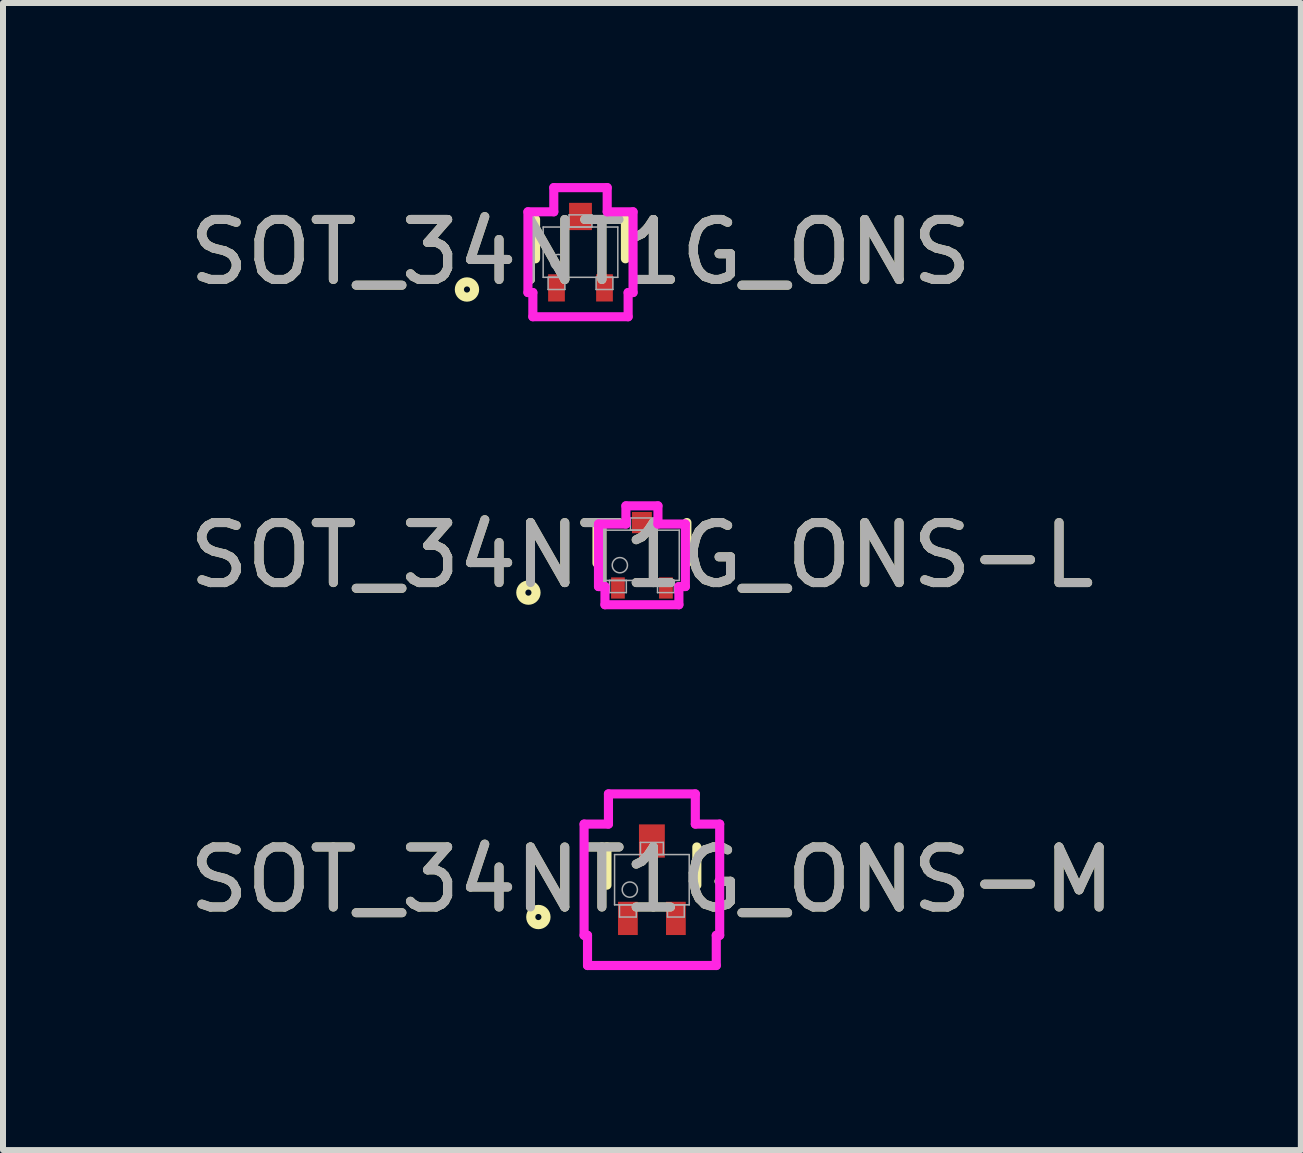
<source format=kicad_pcb>
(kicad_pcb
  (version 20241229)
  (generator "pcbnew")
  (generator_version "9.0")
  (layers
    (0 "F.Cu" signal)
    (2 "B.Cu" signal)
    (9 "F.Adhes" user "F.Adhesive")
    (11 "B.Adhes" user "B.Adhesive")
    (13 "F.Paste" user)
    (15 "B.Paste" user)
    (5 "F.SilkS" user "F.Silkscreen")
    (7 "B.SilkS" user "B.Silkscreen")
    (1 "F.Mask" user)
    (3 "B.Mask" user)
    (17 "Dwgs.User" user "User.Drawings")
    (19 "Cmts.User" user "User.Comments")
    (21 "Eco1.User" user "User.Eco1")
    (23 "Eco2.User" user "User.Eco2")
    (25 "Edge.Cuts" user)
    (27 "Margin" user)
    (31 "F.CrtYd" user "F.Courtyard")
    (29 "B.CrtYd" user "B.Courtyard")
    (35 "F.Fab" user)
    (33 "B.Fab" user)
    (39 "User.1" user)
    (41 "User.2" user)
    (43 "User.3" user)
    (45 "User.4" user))
  (footprint "SOT_34NT1G_ONS"
    (layer "F.Cu")
    (at 6.625 1.153)
    (property "Reference" "SOT_34NT1G_ONS" (at 0 0 0) (unlocked yes) (layer "F.SilkS") (effects (font (size 1 1) (thickness 0.15))))
    (attr smd)
    (fp_line (start -0.749 -0.546) (end -0.749 0.11) (stroke (width 0.152) (type solid)) (layer "F.SilkS"))
    (fp_line (start 0.749 0.11) (end 0.749 -0.546) (stroke (width 0.152) (type solid)) (layer "F.SilkS"))
    (fp_circle (center -1.892 0.622) (end -1.765 0.622) (stroke (width 0.152) (type solid)) (fill no) (layer "F.SilkS"))
    (fp_line (start -0.876 -0.673) (end -0.445 -0.673) (stroke (width 0.152) (type solid)) (layer "F.CrtYd"))
    (fp_line (start -0.876 0.673) (end -0.876 -0.673) (stroke (width 0.152) (type solid)) (layer "F.CrtYd"))
    (fp_line (start -0.876 0.673) (end -0.794 0.673) (stroke (width 0.152) (type solid)) (layer "F.CrtYd"))
    (fp_line (start -0.794 0.673) (end -0.794 1.076) (stroke (width 0.152) (type solid)) (layer "F.CrtYd"))
    (fp_line (start -0.794 1.076) (end 0.794 1.076) (stroke (width 0.152) (type solid)) (layer "F.CrtYd"))
    (fp_line (start -0.445 -1.076) (end 0.445 -1.076) (stroke (width 0.152) (type solid)) (layer "F.CrtYd"))
    (fp_line (start -0.445 -0.673) (end -0.445 -1.076) (stroke (width 0.152) (type solid)) (layer "F.CrtYd"))
    (fp_line (start 0.445 -0.673) (end 0.445 -1.076) (stroke (width 0.152) (type solid)) (layer "F.CrtYd"))
    (fp_line (start 0.794 0.673) (end 0.794 1.076) (stroke (width 0.152) (type solid)) (layer "F.CrtYd"))
    (fp_line (start 0.876 -0.673) (end 0.445 -0.673) (stroke (width 0.152) (type solid)) (layer "F.CrtYd"))
    (fp_line (start 0.876 -0.673) (end 0.876 0.673) (stroke (width 0.152) (type solid)) (layer "F.CrtYd"))
    (fp_line (start 0.876 0.673) (end 0.794 0.673) (stroke (width 0.152) (type solid)) (layer "F.CrtYd"))
    (fp_line (start -0.622 -0.419) (end -0.622 0.419) (stroke (width 0.025) (type solid)) (layer "F.Fab"))
    (fp_line (start -0.622 0.419) (end 0.622 0.419) (stroke (width 0.025) (type solid)) (layer "F.Fab"))
    (fp_line (start -0.54 0.419) (end -0.54 0.622) (stroke (width 0.025) (type solid)) (layer "F.Fab"))
    (fp_line (start -0.54 0.622) (end -0.26 0.622) (stroke (width 0.025) (type solid)) (layer "F.Fab"))
    (fp_line (start -0.26 0.419) (end -0.54 0.419) (stroke (width 0.025) (type solid)) (layer "F.Fab"))
    (fp_line (start -0.26 0.622) (end -0.26 0.419) (stroke (width 0.025) (type solid)) (layer "F.Fab"))
    (fp_line (start -0.191 -0.622) (end -0.191 -0.419) (stroke (width 0.025) (type solid)) (layer "F.Fab"))
    (fp_line (start -0.191 -0.419) (end 0.191 -0.419) (stroke (width 0.025) (type solid)) (layer "F.Fab"))
    (fp_line (start 0.191 -0.622) (end -0.191 -0.622) (stroke (width 0.025) (type solid)) (layer "F.Fab"))
    (fp_line (start 0.191 -0.419) (end 0.191 -0.622) (stroke (width 0.025) (type solid)) (layer "F.Fab"))
    (fp_line (start 0.26 0.419) (end 0.26 0.622) (stroke (width 0.025) (type solid)) (layer "F.Fab"))
    (fp_line (start 0.26 0.622) (end 0.54 0.622) (stroke (width 0.025) (type solid)) (layer "F.Fab"))
    (fp_line (start 0.54 0.419) (end 0.26 0.419) (stroke (width 0.025) (type solid)) (layer "F.Fab"))
    (fp_line (start 0.54 0.622) (end 0.54 0.419) (stroke (width 0.025) (type solid)) (layer "F.Fab"))
    (fp_line (start 0.622 -0.419) (end -0.622 -0.419) (stroke (width 0.025) (type solid)) (layer "F.Fab"))
    (fp_line (start 0.622 0.419) (end 0.622 -0.419) (stroke (width 0.025) (type solid)) (layer "F.Fab"))
    (fp_circle (center -0.368 0.165) (end -0.241 0.165) (stroke (width 0.025) (type solid)) (fill no) (layer "F.Fab"))
    (fp_text user "${REFERENCE}" (at 0 0 0) (unlocked yes) (layer "F.Fab") (effects (font (size 1 1) (thickness 0.15))))
    (pad "1" smd rect (at -0.4 0.595) (size 0.279 0.454) (layers "F.Cu" "F.Mask" "F.Paste"))
    (pad "2" smd rect (at 0.4 0.595) (size 0.279 0.454) (layers "F.Cu" "F.Mask" "F.Paste"))
    (pad "3" smd rect (at 0 -0.595) (size 0.381 0.454) (layers "F.Cu" "F.Mask" "F.Paste")))
  (footprint "SOT_34NT1G_ONS-L"
    (layer "F.Cu")
    (at 7.649 6.205)
    (property "Reference" "SOT_34NT1G_ONS-L" (at 0 0 0) (unlocked yes) (layer "F.SilkS") (effects (font (size 1 1) (thickness 0.15))))
    (attr smd)
    (fp_line (start -0.749 -0.546) (end -0.749 0.132) (stroke (width 0.152) (type solid)) (layer "F.SilkS"))
    (fp_line (start 0.749 0.132) (end 0.749 -0.546) (stroke (width 0.152) (type solid)) (layer "F.SilkS"))
    (fp_circle (center -1.892 0.622) (end -1.765 0.622) (stroke (width 0.152) (type solid)) (fill no) (layer "F.SilkS"))
    (fp_line (start -0.724 -0.521) (end -0.267 -0.521) (stroke (width 0.152) (type solid)) (layer "F.CrtYd"))
    (fp_line (start -0.724 0.521) (end -0.724 -0.521) (stroke (width 0.152) (type solid)) (layer "F.CrtYd"))
    (fp_line (start -0.724 0.521) (end -0.616 0.521) (stroke (width 0.152) (type solid)) (layer "F.CrtYd"))
    (fp_line (start -0.616 0.521) (end -0.616 0.824) (stroke (width 0.152) (type solid)) (layer "F.CrtYd"))
    (fp_line (start -0.616 0.824) (end 0.616 0.824) (stroke (width 0.152) (type solid)) (layer "F.CrtYd"))
    (fp_line (start -0.267 -0.824) (end 0.267 -0.824) (stroke (width 0.152) (type solid)) (layer "F.CrtYd"))
    (fp_line (start -0.267 -0.521) (end -0.267 -0.824) (stroke (width 0.152) (type solid)) (layer "F.CrtYd"))
    (fp_line (start 0.267 -0.521) (end 0.267 -0.824) (stroke (width 0.152) (type solid)) (layer "F.CrtYd"))
    (fp_line (start 0.616 0.521) (end 0.616 0.824) (stroke (width 0.152) (type solid)) (layer "F.CrtYd"))
    (fp_line (start 0.724 -0.521) (end 0.267 -0.521) (stroke (width 0.152) (type solid)) (layer "F.CrtYd"))
    (fp_line (start 0.724 -0.521) (end 0.724 0.521) (stroke (width 0.152) (type solid)) (layer "F.CrtYd"))
    (fp_line (start 0.724 0.521) (end 0.616 0.521) (stroke (width 0.152) (type solid)) (layer "F.CrtYd"))
    (fp_line (start -0.622 -0.419) (end -0.622 0.419) (stroke (width 0.025) (type solid)) (layer "F.Fab"))
    (fp_line (start -0.622 0.419) (end 0.622 0.419) (stroke (width 0.025) (type solid)) (layer "F.Fab"))
    (fp_line (start -0.54 0.419) (end -0.54 0.622) (stroke (width 0.025) (type solid)) (layer "F.Fab"))
    (fp_line (start -0.54 0.622) (end -0.26 0.622) (stroke (width 0.025) (type solid)) (layer "F.Fab"))
    (fp_line (start -0.26 0.419) (end -0.54 0.419) (stroke (width 0.025) (type solid)) (layer "F.Fab"))
    (fp_line (start -0.26 0.622) (end -0.26 0.419) (stroke (width 0.025) (type solid)) (layer "F.Fab"))
    (fp_line (start -0.191 -0.622) (end -0.191 -0.419) (stroke (width 0.025) (type solid)) (layer "F.Fab"))
    (fp_line (start -0.191 -0.419) (end 0.191 -0.419) (stroke (width 0.025) (type solid)) (layer "F.Fab"))
    (fp_line (start 0.191 -0.622) (end -0.191 -0.622) (stroke (width 0.025) (type solid)) (layer "F.Fab"))
    (fp_line (start 0.191 -0.419) (end 0.191 -0.622) (stroke (width 0.025) (type solid)) (layer "F.Fab"))
    (fp_line (start 0.26 0.419) (end 0.26 0.622) (stroke (width 0.025) (type solid)) (layer "F.Fab"))
    (fp_line (start 0.26 0.622) (end 0.54 0.622) (stroke (width 0.025) (type solid)) (layer "F.Fab"))
    (fp_line (start 0.54 0.419) (end 0.26 0.419) (stroke (width 0.025) (type solid)) (layer "F.Fab"))
    (fp_line (start 0.54 0.622) (end 0.54 0.419) (stroke (width 0.025) (type solid)) (layer "F.Fab"))
    (fp_line (start 0.622 -0.419) (end -0.622 -0.419) (stroke (width 0.025) (type solid)) (layer "F.Fab"))
    (fp_line (start 0.622 0.419) (end 0.622 -0.419) (stroke (width 0.025) (type solid)) (layer "F.Fab"))
    (fp_circle (center -0.368 0.165) (end -0.241 0.165) (stroke (width 0.025) (type solid)) (fill no) (layer "F.Fab"))
    (fp_text user "${REFERENCE}" (at 0 0 0) (unlocked yes) (layer "F.Fab") (effects (font (size 1 1) (thickness 0.15))))
    (pad "1" smd rect (at -0.4 0.545) (size 0.229 0.354) (layers "F.Cu" "F.Mask" "F.Paste"))
    (pad "2" smd rect (at 0.4 0.545) (size 0.229 0.354) (layers "F.Cu" "F.Mask" "F.Paste"))
    (pad "3" smd rect (at 0 -0.545) (size 0.331 0.354) (layers "F.Cu" "F.Mask" "F.Paste")))
  (footprint "SOT_34NT1G_ONS-M"
    (layer "F.Cu")
    (at 7.815 11.612)
    (property "Reference" "SOT_34NT1G_ONS-M" (at 0 0 0) (unlocked yes) (layer "F.SilkS") (effects (font (size 1 1) (thickness 0.15))))
    (attr smd)
    (fp_line (start -0.749 -0.546) (end -0.749 0.091) (stroke (width 0.152) (type solid)) (layer "F.SilkS"))
    (fp_line (start 0.749 0.091) (end 0.749 -0.546) (stroke (width 0.152) (type solid)) (layer "F.SilkS"))
    (fp_circle (center -1.892 0.622) (end -1.765 0.622) (stroke (width 0.152) (type solid)) (fill no) (layer "F.SilkS"))
    (fp_line (start -1.13 -0.927) (end -0.724 -0.927) (stroke (width 0.152) (type solid)) (layer "F.CrtYd"))
    (fp_line (start -1.13 0.927) (end -1.13 -0.927) (stroke (width 0.152) (type solid)) (layer "F.CrtYd"))
    (fp_line (start -1.13 0.927) (end -1.073 0.927) (stroke (width 0.152) (type solid)) (layer "F.CrtYd"))
    (fp_line (start -1.073 0.927) (end -1.073 1.43) (stroke (width 0.152) (type solid)) (layer "F.CrtYd"))
    (fp_line (start -1.073 1.43) (end 1.073 1.43) (stroke (width 0.152) (type solid)) (layer "F.CrtYd"))
    (fp_line (start -0.724 -1.43) (end 0.724 -1.43) (stroke (width 0.152) (type solid)) (layer "F.CrtYd"))
    (fp_line (start -0.724 -0.927) (end -0.724 -1.43) (stroke (width 0.152) (type solid)) (layer "F.CrtYd"))
    (fp_line (start 0.724 -0.927) (end 0.724 -1.43) (stroke (width 0.152) (type solid)) (layer "F.CrtYd"))
    (fp_line (start 1.073 0.927) (end 1.073 1.43) (stroke (width 0.152) (type solid)) (layer "F.CrtYd"))
    (fp_line (start 1.13 -0.927) (end 0.724 -0.927) (stroke (width 0.152) (type solid)) (layer "F.CrtYd"))
    (fp_line (start 1.13 -0.927) (end 1.13 0.927) (stroke (width 0.152) (type solid)) (layer "F.CrtYd"))
    (fp_line (start 1.13 0.927) (end 1.073 0.927) (stroke (width 0.152) (type solid)) (layer "F.CrtYd"))
    (fp_line (start -0.622 -0.419) (end -0.622 0.419) (stroke (width 0.025) (type solid)) (layer "F.Fab"))
    (fp_line (start -0.622 0.419) (end 0.622 0.419) (stroke (width 0.025) (type solid)) (layer "F.Fab"))
    (fp_line (start -0.54 0.419) (end -0.54 0.622) (stroke (width 0.025) (type solid)) (layer "F.Fab"))
    (fp_line (start -0.54 0.622) (end -0.26 0.622) (stroke (width 0.025) (type solid)) (layer "F.Fab"))
    (fp_line (start -0.26 0.419) (end -0.54 0.419) (stroke (width 0.025) (type solid)) (layer "F.Fab"))
    (fp_line (start -0.26 0.622) (end -0.26 0.419) (stroke (width 0.025) (type solid)) (layer "F.Fab"))
    (fp_line (start -0.191 -0.622) (end -0.191 -0.419) (stroke (width 0.025) (type solid)) (layer "F.Fab"))
    (fp_line (start -0.191 -0.419) (end 0.191 -0.419) (stroke (width 0.025) (type solid)) (layer "F.Fab"))
    (fp_line (start 0.191 -0.622) (end -0.191 -0.622) (stroke (width 0.025) (type solid)) (layer "F.Fab"))
    (fp_line (start 0.191 -0.419) (end 0.191 -0.622) (stroke (width 0.025) (type solid)) (layer "F.Fab"))
    (fp_line (start 0.26 0.419) (end 0.26 0.622) (stroke (width 0.025) (type solid)) (layer "F.Fab"))
    (fp_line (start 0.26 0.622) (end 0.54 0.622) (stroke (width 0.025) (type solid)) (layer "F.Fab"))
    (fp_line (start 0.54 0.419) (end 0.26 0.419) (stroke (width 0.025) (type solid)) (layer "F.Fab"))
    (fp_line (start 0.54 0.622) (end 0.54 0.419) (stroke (width 0.025) (type solid)) (layer "F.Fab"))
    (fp_line (start 0.622 -0.419) (end -0.622 -0.419) (stroke (width 0.025) (type solid)) (layer "F.Fab"))
    (fp_line (start 0.622 0.419) (end 0.622 -0.419) (stroke (width 0.025) (type solid)) (layer "F.Fab"))
    (fp_circle (center -0.368 0.165) (end -0.241 0.165) (stroke (width 0.025) (type solid)) (fill no) (layer "F.Fab"))
    (fp_text user "${REFERENCE}" (at 0 0 0) (unlocked yes) (layer "F.Fab") (effects (font (size 1 1) (thickness 0.15))))
    (pad "1" smd rect (at -0.4 0.645) (size 0.329 0.554) (layers "F.Cu" "F.Mask" "F.Paste"))
    (pad "2" smd rect (at 0.4 0.645) (size 0.329 0.554) (layers "F.Cu" "F.Mask" "F.Paste"))
    (pad "3" smd rect (at 0 -0.645) (size 0.431 0.554) (layers "F.Cu" "F.Mask" "F.Paste")))
  (gr_rect
    (start -3 -3)
    (end 18.631 16.118)
    (stroke (width 0.1) (type default))
    (fill no)
    (layer "Edge.Cuts")))
</source>
